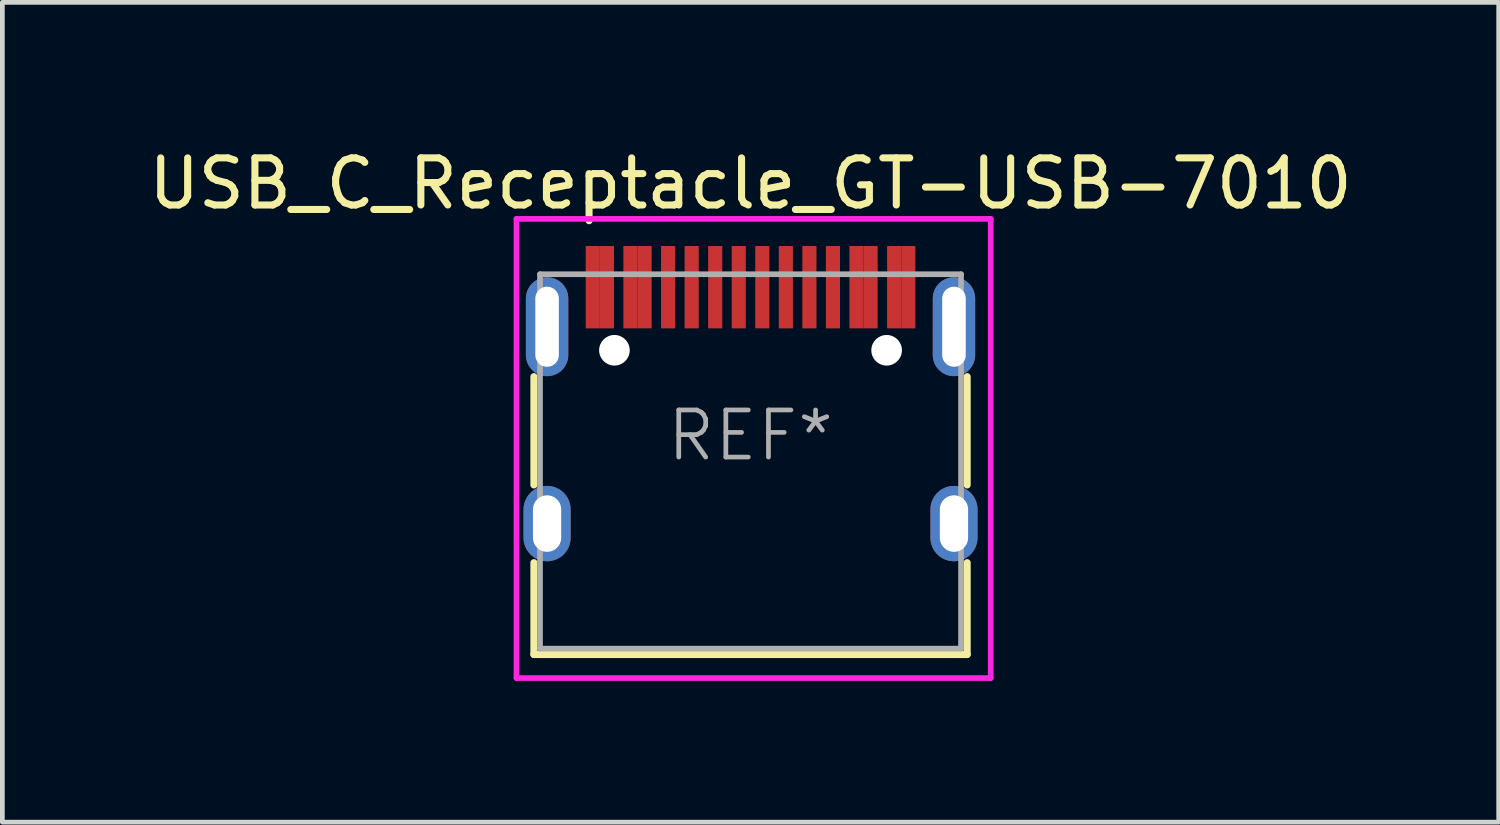
<source format=kicad_pcb>
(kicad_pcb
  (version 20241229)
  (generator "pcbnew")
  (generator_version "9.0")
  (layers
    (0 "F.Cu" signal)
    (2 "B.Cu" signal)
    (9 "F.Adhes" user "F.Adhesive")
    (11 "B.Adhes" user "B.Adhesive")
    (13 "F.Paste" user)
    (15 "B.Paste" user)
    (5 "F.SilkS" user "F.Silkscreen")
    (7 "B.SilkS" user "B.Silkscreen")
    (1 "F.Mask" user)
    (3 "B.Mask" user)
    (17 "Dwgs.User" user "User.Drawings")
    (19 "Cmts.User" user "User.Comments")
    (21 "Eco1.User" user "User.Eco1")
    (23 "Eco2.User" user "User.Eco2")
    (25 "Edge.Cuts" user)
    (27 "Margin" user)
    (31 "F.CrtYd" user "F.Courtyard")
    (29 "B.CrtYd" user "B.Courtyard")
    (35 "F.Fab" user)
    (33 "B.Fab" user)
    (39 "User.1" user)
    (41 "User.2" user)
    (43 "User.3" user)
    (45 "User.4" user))
  (footprint "USB_C_Receptacle_GT-USB-7010"
    (layer "F.Cu")
    (at 12.887 6.198)
    (property "Reference" "USB_C_Receptacle_GT-USB-7010" (at 0 -5.35 0) (layer "F.SilkS") (effects (font (size 1 1) (thickness 0.15))))
    (attr through_hole)
    (fp_line (start -4.6 1.05) (end -4.6 -1.25) (stroke (width 0.15) (type solid)) (layer "F.SilkS"))
    (fp_line (start -4.6 4.65) (end -4.6 2.7) (stroke (width 0.15) (type solid)) (layer "F.SilkS"))
    (fp_line (start 4.6 1.05) (end 4.6 -1.25) (stroke (width 0.15) (type solid)) (layer "F.SilkS"))
    (fp_line (start 4.6 4.65) (end -4.6 4.65) (stroke (width 0.15) (type solid)) (layer "F.SilkS"))
    (fp_line (start 4.6 4.65) (end 4.6 2.7) (stroke (width 0.15) (type solid)) (layer "F.SilkS"))
    (fp_line (start -4.97 -4.6) (end -4.97 5.15) (stroke (width 0.12) (type solid)) (layer "F.CrtYd"))
    (fp_line (start -4.97 -4.6) (end 5.1 -4.6) (stroke (width 0.12) (type solid)) (layer "F.CrtYd"))
    (fp_line (start -4.97 5.15) (end 5.1 5.15) (stroke (width 0.12) (type solid)) (layer "F.CrtYd"))
    (fp_line (start 5.1 -4.6) (end 5.1 5.15) (stroke (width 0.12) (type solid)) (layer "F.CrtYd"))
    (fp_line (start -4.47 -3.425) (end -4.47 4.525) (stroke (width 0.12) (type solid)) (layer "F.Fab"))
    (fp_line (start -4.47 -3.425) (end 4.47 -3.425) (stroke (width 0.12) (type solid)) (layer "F.Fab"))
    (fp_line (start 4.47 -3.425) (end 4.47 4.525) (stroke (width 0.12) (type solid)) (layer "F.Fab"))
    (fp_line (start 4.47 4.525) (end -4.47 4.525) (stroke (width 0.12) (type solid)) (layer "F.Fab"))
    (fp_text user "REF*" (at 0 0 0) (layer "F.Fab") (effects (font (size 1 1) (thickness 0.1))))
    (pad "" np_thru_hole circle (at -2.89 -1.81) (size 0.65 0.65) (drill 0.65) (layers "*.Cu" "*.Mask"))
    (pad "" np_thru_hole circle (at 2.89 -1.81) (size 0.65 0.65) (drill 0.65) (layers "*.Cu" "*.Mask"))
    (pad "A1" smd rect (at -3.35 -3.15) (size 0.3 1.75) (layers "F.Cu" "F.Mask" "F.Paste"))
    (pad "A4" smd rect (at -2.55 -3.15) (size 0.3 1.75) (layers "F.Cu" "F.Mask" "F.Paste"))
    (pad "A5" smd rect (at -1.25 -3.15) (size 0.3 1.75) (layers "F.Cu" "F.Mask" "F.Paste"))
    (pad "A6" smd rect (at -0.25 -3.15) (size 0.3 1.75) (layers "F.Cu" "F.Mask" "F.Paste"))
    (pad "A7" smd rect (at 0.25 -3.15) (size 0.3 1.75) (layers "F.Cu" "F.Mask" "F.Paste"))
    (pad "A8" smd rect (at 1.25 -3.15) (size 0.3 1.75) (layers "F.Cu" "F.Mask" "F.Paste"))
    (pad "A9" smd rect (at 2.55 -3.15) (size 0.3 1.75) (layers "F.Cu" "F.Mask" "F.Paste"))
    (pad "A12" smd rect (at 3.35 -3.15) (size 0.3 1.75) (layers "F.Cu" "F.Mask" "F.Paste"))
    (pad "B1" smd rect (at 3.05 -3.15) (size 0.3 1.75) (layers "F.Cu" "F.Mask" "F.Paste"))
    (pad "B4" smd rect (at 2.25 -3.15) (size 0.3 1.75) (layers "F.Cu" "F.Mask" "F.Paste"))
    (pad "B5" smd rect (at 1.75 -3.15) (size 0.3 1.75) (layers "F.Cu" "F.Mask" "F.Paste"))
    (pad "B6" smd rect (at 0.75 -3.15) (size 0.3 1.75) (layers "F.Cu" "F.Mask" "F.Paste"))
    (pad "B7" smd rect (at -0.75 -3.15) (size 0.3 1.75) (layers "F.Cu" "F.Mask" "F.Paste"))
    (pad "B8" smd rect (at -1.75 -3.15) (size 0.3 1.75) (layers "F.Cu" "F.Mask" "F.Paste"))
    (pad "B9" smd rect (at -2.25 -3.15) (size 0.3 1.75) (layers "F.Cu" "F.Mask" "F.Paste"))
    (pad "B12" smd rect (at -3.05 -3.15) (size 0.3 1.75) (layers "F.Cu" "F.Mask" "F.Paste"))
    (pad "S1" thru_hole oval (at -4.32 -2.31) (size 0.9 2.1) (drill oval 0.5 1.7) (layers "*.Cu" "*.Paste" "*.Mask"))
    (pad "S1" thru_hole oval (at -4.32 1.87) (size 1 1.6) (drill oval 0.6 1.2) (layers "*.Cu" "*.Paste" "*.Mask"))
    (pad "S1" thru_hole oval (at 4.32 -2.31) (size 0.9 2.1) (drill oval 0.5 1.7) (layers "*.Cu" "*.Paste" "*.Mask"))
    (pad "S1" thru_hole oval (at 4.32 1.87) (size 1 1.6) (drill oval 0.6 1.2) (layers "*.Cu" "*.Paste" "*.Mask")))
  (gr_rect
    (start -3 -3)
    (end 28.774 14.408)
    (stroke (width 0.1) (type default))
    (fill no)
    (layer "Edge.Cuts")))
</source>
